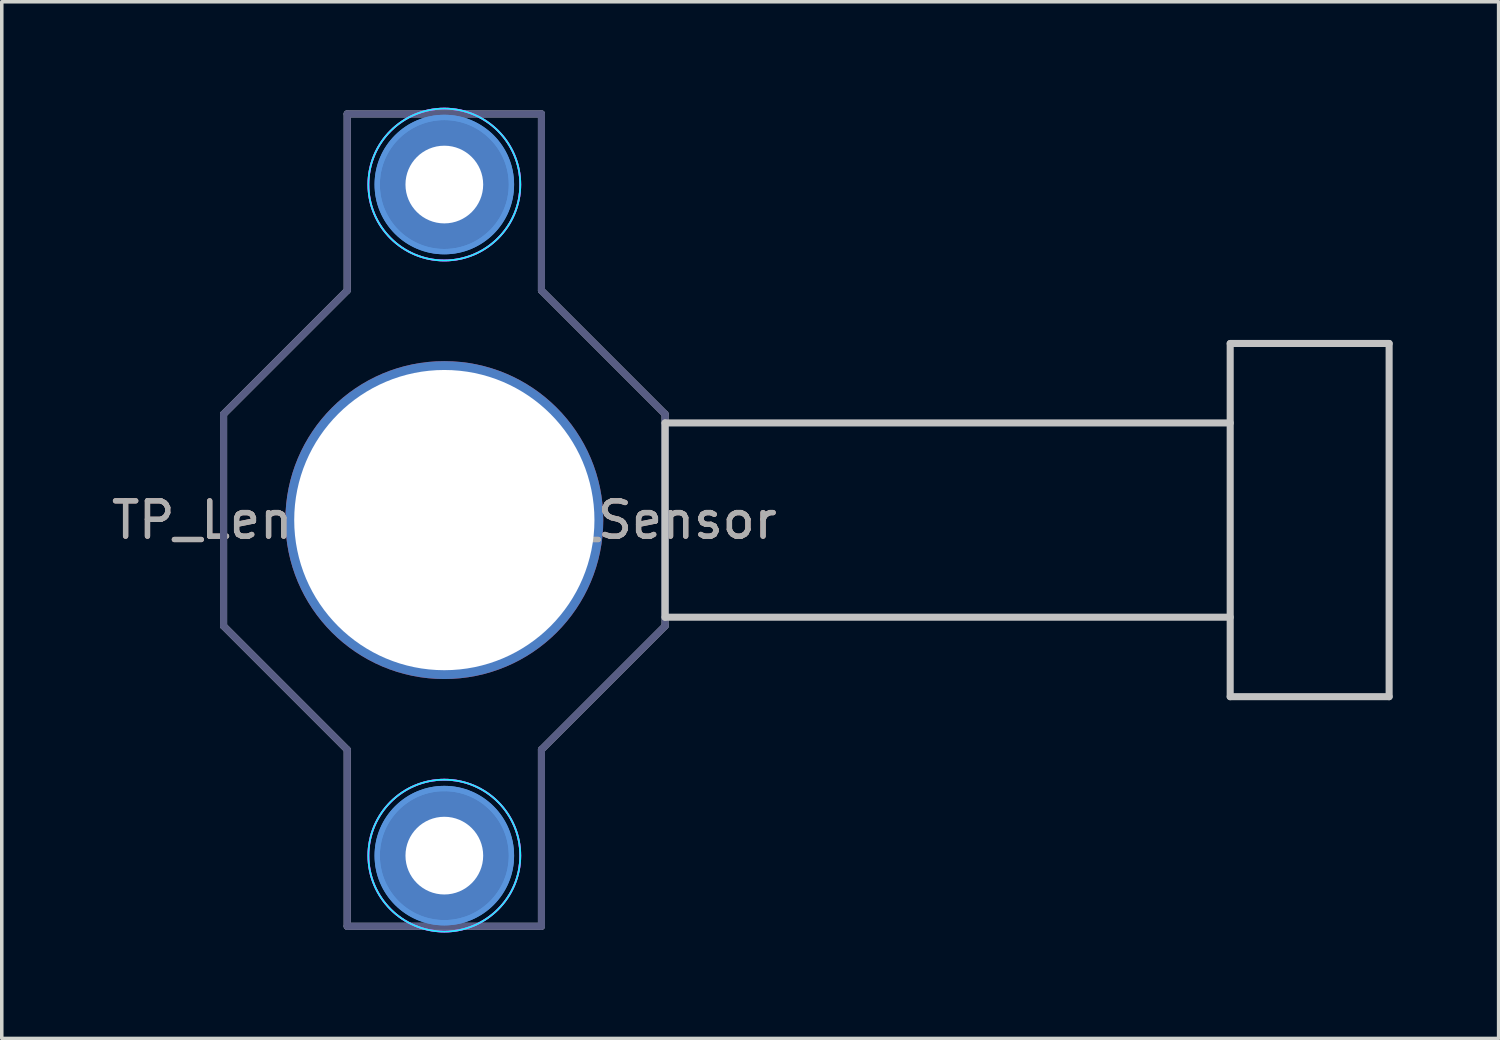
<source format=kicad_pcb>
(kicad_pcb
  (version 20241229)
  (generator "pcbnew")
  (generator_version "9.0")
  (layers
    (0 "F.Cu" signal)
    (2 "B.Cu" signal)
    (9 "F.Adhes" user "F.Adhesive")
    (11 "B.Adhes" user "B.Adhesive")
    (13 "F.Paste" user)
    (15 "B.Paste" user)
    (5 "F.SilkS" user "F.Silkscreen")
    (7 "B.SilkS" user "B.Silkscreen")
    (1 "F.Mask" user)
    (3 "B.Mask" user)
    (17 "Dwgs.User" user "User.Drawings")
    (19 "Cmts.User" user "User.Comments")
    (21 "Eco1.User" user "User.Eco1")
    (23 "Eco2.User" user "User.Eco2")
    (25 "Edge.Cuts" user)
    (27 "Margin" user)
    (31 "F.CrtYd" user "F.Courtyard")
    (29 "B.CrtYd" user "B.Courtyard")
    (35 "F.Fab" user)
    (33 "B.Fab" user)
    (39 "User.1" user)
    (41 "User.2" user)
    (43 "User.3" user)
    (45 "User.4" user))
  (footprint "TP_Lenovo_T460S_Sensor"
    (layer "F.Cu")
    (at 9.53 11.675)
    (property "Reference" "TP_Lenovo_T460S_Sensor" (at 0 0 0) (layer "B.SilkS") (effects (font (size 1 1) (thickness 0.15))))
    (attr exclude_from_pos_files exclude_from_bom)
    (fp_line (start 6.25 -2.75) (end 6.25 2.75) (stroke (width 0.2) (type solid)) (layer "Dwgs.User"))
    (fp_line (start 22.25 -5) (end 26.75 -5) (stroke (width 0.2) (type default)) (layer "Dwgs.User"))
    (fp_line (start 22.25 -2.75) (end 6.25 -2.75) (stroke (width 0.2) (type solid)) (layer "Dwgs.User"))
    (fp_line (start 22.25 2.75) (end 6.25 2.75) (stroke (width 0.2) (type solid)) (layer "Dwgs.User"))
    (fp_line (start 22.25 5) (end 22.25 -5) (stroke (width 0.2) (type default)) (layer "Dwgs.User"))
    (fp_line (start 26.75 -5) (end 26.75 5) (stroke (width 0.2) (type solid)) (layer "Dwgs.User"))
    (fp_line (start 26.75 5) (end 22.25 5) (stroke (width 0.2) (type default)) (layer "Dwgs.User"))
    (fp_circle (center 0 -9.5) (end -1.9 -9.5) (stroke (width 0.15) (type solid)) (fill no) (layer "Cmts.User"))
    (fp_circle (center 0 -9.5) (end 1.9 -9.5) (stroke (width 0.15) (type solid)) (fill no) (layer "Cmts.User"))
    (fp_circle (center 0 0) (end -3.7 0.000001) (stroke (width 0.15) (type solid)) (fill no) (layer "Cmts.User"))
    (fp_circle (center 0 0) (end -3.7 0.000001) (stroke (width 0.15) (type solid)) (fill no) (layer "Cmts.User"))
    (fp_circle (center 0 9.5) (end -1.9 9.5) (stroke (width 0.15) (type solid)) (fill no) (layer "Cmts.User"))
    (fp_circle (center 0 9.5) (end 1.9 9.5) (stroke (width 0.15) (type solid)) (fill no) (layer "Cmts.User"))
    (fp_circle (center 0 -9.5) (end -2.15 -9.5) (stroke (width 0.05) (type solid)) (fill no) (layer "B.CrtYd"))
    (fp_circle (center 0 0) (end -3.95 0) (stroke (width 0.05) (type solid)) (fill no) (layer "B.CrtYd"))
    (fp_circle (center 0 9.5) (end -2.15 9.5) (stroke (width 0.05) (type solid)) (fill no) (layer "B.CrtYd"))
    (fp_circle (center 0 -9.5) (end -2.15 -9.5) (stroke (width 0.05) (type solid)) (fill no) (layer "F.CrtYd"))
    (fp_circle (center 0 -9.5) (end 2.15 -9.5) (stroke (width 0.05) (type solid)) (fill no) (layer "F.CrtYd"))
    (fp_circle (center 0 0) (end -3.95 0) (stroke (width 0.05) (type solid)) (fill no) (layer "F.CrtYd"))
    (fp_circle (center 0 9.5) (end -2.15 9.5) (stroke (width 0.05) (type solid)) (fill no) (layer "F.CrtYd"))
    (fp_circle (center 0 9.5) (end 2.15 9.5) (stroke (width 0.05) (type solid)) (fill no) (layer "F.CrtYd"))
    (fp_line (start -6.25 3) (end -6.25 -3) (stroke (width 0.2) (type solid)) (layer "B.Fab"))
    (fp_line (start -6.25 -3) (end -2.75 -6.5) (stroke (width 0.2) (type solid)) (layer "B.Fab"))
    (fp_line (start -2.75 -11.5) (end -2.75 -6.5) (stroke (width 0.2) (type solid)) (layer "B.Fab"))
    (fp_line (start -2.75 6.5) (end -6.25 3) (stroke (width 0.2) (type solid)) (layer "B.Fab"))
    (fp_line (start -2.75 6.5) (end -2.75 11.5) (stroke (width 0.2) (type solid)) (layer "B.Fab"))
    (fp_line (start 2.75 -11.5) (end -2.75 -11.5) (stroke (width 0.2) (type solid)) (layer "B.Fab"))
    (fp_line (start 2.75 -11.5) (end 2.75 -6.5) (stroke (width 0.2) (type solid)) (layer "B.Fab"))
    (fp_line (start 2.75 6.5) (end 2.75 11.5) (stroke (width 0.2) (type solid)) (layer "B.Fab"))
    (fp_line (start 2.75 6.5) (end 6.25 3) (stroke (width 0.2) (type solid)) (layer "B.Fab"))
    (fp_line (start 2.75 11.5) (end -2.75 11.5) (stroke (width 0.2) (type solid)) (layer "B.Fab"))
    (fp_line (start 6.25 3) (end 6.25 -3) (stroke (width 0.2) (type solid)) (layer "B.Fab"))
    (fp_line (start 6.25 -3) (end 2.75 -6.5) (stroke (width 0.2) (type solid)) (layer "B.Fab"))
    (fp_line (start -6.25 3) (end -6.25 -3) (stroke (width 0.2) (type solid)) (layer "F.Fab"))
    (fp_line (start -6.25 -3) (end -2.75 -6.5) (stroke (width 0.2) (type solid)) (layer "F.Fab"))
    (fp_line (start -2.75 -11.5) (end -2.75 -6.5) (stroke (width 0.2) (type solid)) (layer "F.Fab"))
    (fp_line (start -2.75 6.5) (end -6.25 3) (stroke (width 0.2) (type solid)) (layer "F.Fab"))
    (fp_line (start -2.75 6.5) (end -2.75 11.5) (stroke (width 0.2) (type solid)) (layer "F.Fab"))
    (fp_line (start 2.75 -11.5) (end -2.75 -11.5) (stroke (width 0.2) (type solid)) (layer "F.Fab"))
    (fp_line (start 2.75 -11.5) (end 2.75 -6.5) (stroke (width 0.2) (type solid)) (layer "F.Fab"))
    (fp_line (start 2.75 6.5) (end 2.75 11.5) (stroke (width 0.2) (type solid)) (layer "F.Fab"))
    (fp_line (start 2.75 6.5) (end 6.25 3) (stroke (width 0.2) (type solid)) (layer "F.Fab"))
    (fp_line (start 2.75 11.5) (end -2.75 11.5) (stroke (width 0.2) (type solid)) (layer "F.Fab"))
    (fp_line (start 6.25 3) (end 6.25 -3) (stroke (width 0.2) (type solid)) (layer "F.Fab"))
    (fp_line (start 6.25 -3) (end 2.75 -6.5) (stroke (width 0.2) (type solid)) (layer "F.Fab"))
    (fp_text user "${REFERENCE}" (at 0 0 0) (layer "F.Fab") (effects (font (size 1 1) (thickness 0.15))))
    (pad "" np_thru_hole circle (at 0 0 180) (size 9 9) (drill 8.5) (layers "*.Cu" "*.Mask"))
    (pad "1" thru_hole circle (at 0 -9.5) (size 3.8 3.8) (drill 2.2) (layers "*.Cu" "*.Mask"))
    (pad "1" thru_hole circle (at 0 9.5) (size 3.8 3.8) (drill 2.2) (layers "*.Cu" "*.Mask")))
  (gr_rect
    (start -3 -3)
    (end 39.38 26.35)
    (stroke (width 0.1) (type default))
    (fill no)
    (layer "Edge.Cuts")))
</source>
